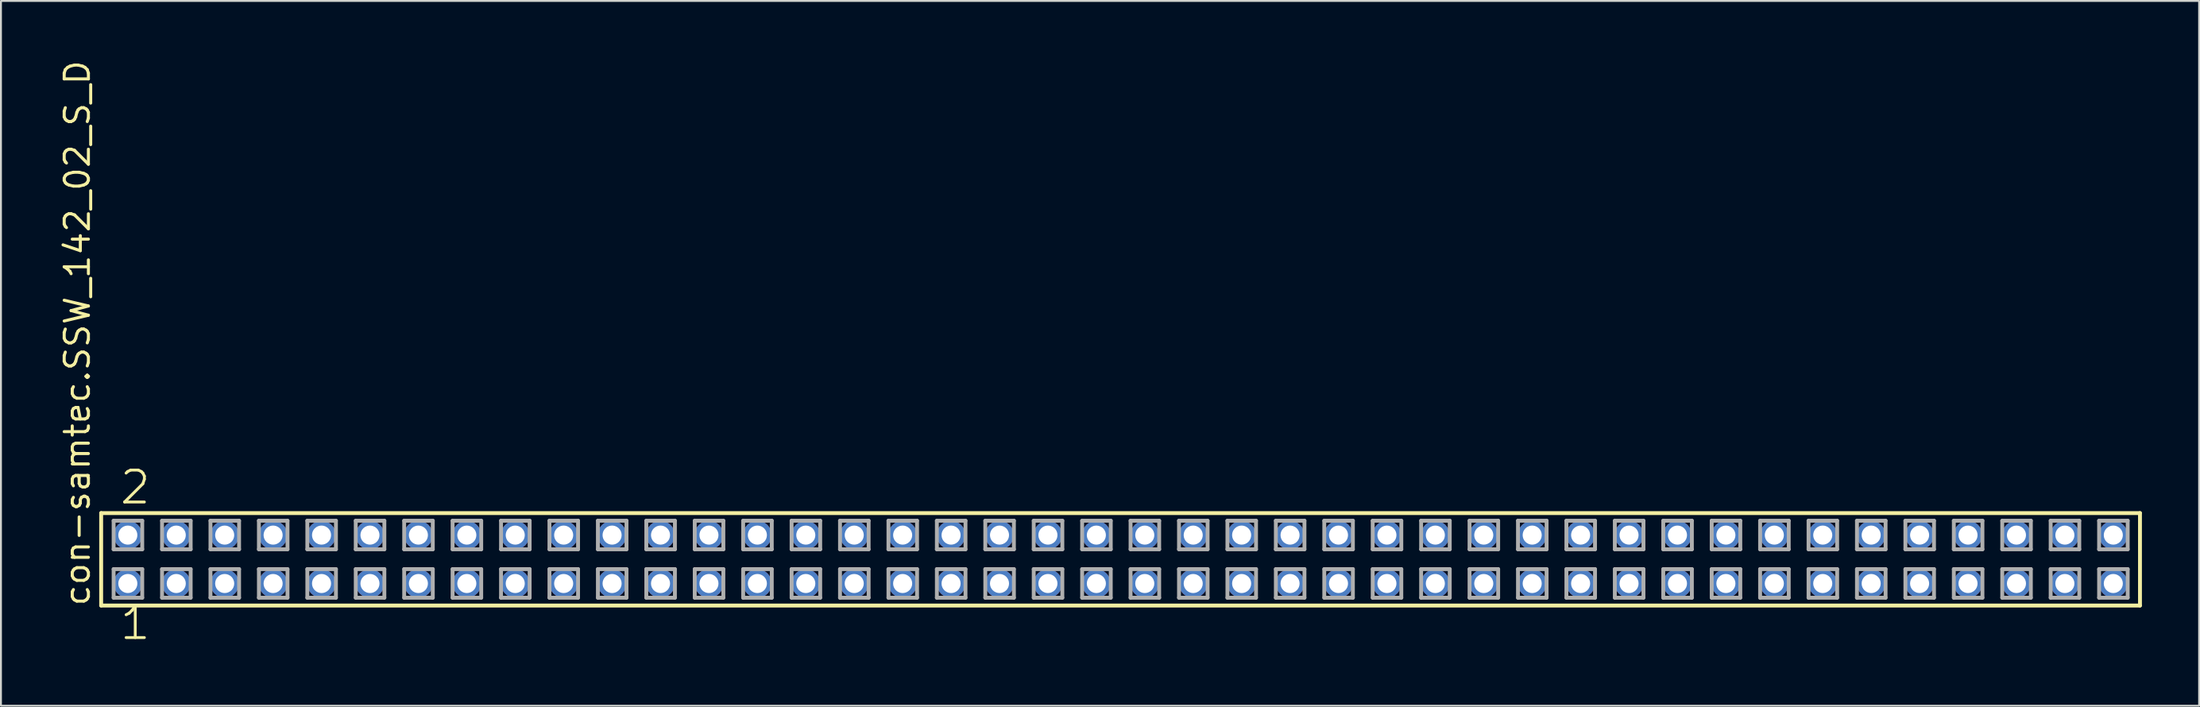
<source format=kicad_pcb>
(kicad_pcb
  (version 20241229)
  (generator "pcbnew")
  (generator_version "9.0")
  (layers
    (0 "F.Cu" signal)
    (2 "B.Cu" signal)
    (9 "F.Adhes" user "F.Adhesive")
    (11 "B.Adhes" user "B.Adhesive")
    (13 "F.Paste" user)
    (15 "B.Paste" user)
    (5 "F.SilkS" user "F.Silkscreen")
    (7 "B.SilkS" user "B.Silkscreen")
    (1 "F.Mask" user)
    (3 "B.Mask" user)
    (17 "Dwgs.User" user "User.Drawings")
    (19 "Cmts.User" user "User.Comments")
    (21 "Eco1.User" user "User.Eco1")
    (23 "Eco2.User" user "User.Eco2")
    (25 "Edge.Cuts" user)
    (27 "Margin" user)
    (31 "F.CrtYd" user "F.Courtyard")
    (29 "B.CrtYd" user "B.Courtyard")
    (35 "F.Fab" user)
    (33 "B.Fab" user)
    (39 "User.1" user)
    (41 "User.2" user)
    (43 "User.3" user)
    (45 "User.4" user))
  (footprint "con-samtec.SSW_142_02_S_D"
    (layer "F.Cu")
    (at 55.725 26.291)
    (property "Reference" "con-samtec.SSW_142_02_S_D" (at -53.975 2.54 90) (layer "F.SilkS") (effects (font (size 1.27 1.27) (thickness 0.16)) (justify left bottom)))
    (attr through_hole)
    (fp_line (start -53.469 -2.425) (end 53.469 -2.425) (stroke (width 0.203) (type default)) (layer "F.SilkS"))
    (fp_line (start -53.469 2.425) (end -53.469 -2.425) (stroke (width 0.203) (type default)) (layer "F.SilkS"))
    (fp_line (start 53.469 -2.425) (end 53.469 2.425) (stroke (width 0.203) (type default)) (layer "F.SilkS"))
    (fp_line (start 53.469 2.425) (end -53.469 2.425) (stroke (width 0.203) (type default)) (layer "F.SilkS"))
    (fp_line (start -52.815 -2.025) (end -51.315 -2.025) (stroke (width 0.203) (type default)) (layer "F.Fab"))
    (fp_line (start -52.815 -0.525) (end -52.815 -2.025) (stroke (width 0.203) (type default)) (layer "F.Fab"))
    (fp_line (start -52.815 0.515) (end -51.315 0.515) (stroke (width 0.203) (type default)) (layer "F.Fab"))
    (fp_line (start -52.815 2.015) (end -52.815 0.515) (stroke (width 0.203) (type default)) (layer "F.Fab"))
    (fp_line (start -51.315 -2.025) (end -51.315 -0.525) (stroke (width 0.203) (type default)) (layer "F.Fab"))
    (fp_line (start -51.315 -0.525) (end -52.815 -0.525) (stroke (width 0.203) (type default)) (layer "F.Fab"))
    (fp_line (start -51.315 0.515) (end -51.315 2.015) (stroke (width 0.203) (type default)) (layer "F.Fab"))
    (fp_line (start -51.315 2.015) (end -52.815 2.015) (stroke (width 0.203) (type default)) (layer "F.Fab"))
    (fp_line (start -50.275 -2.025) (end -48.775 -2.025) (stroke (width 0.203) (type default)) (layer "F.Fab"))
    (fp_line (start -50.275 -0.525) (end -50.275 -2.025) (stroke (width 0.203) (type default)) (layer "F.Fab"))
    (fp_line (start -50.275 0.515) (end -48.775 0.515) (stroke (width 0.203) (type default)) (layer "F.Fab"))
    (fp_line (start -50.275 2.015) (end -50.275 0.515) (stroke (width 0.203) (type default)) (layer "F.Fab"))
    (fp_line (start -48.775 -2.025) (end -48.775 -0.525) (stroke (width 0.203) (type default)) (layer "F.Fab"))
    (fp_line (start -48.775 -0.525) (end -50.275 -0.525) (stroke (width 0.203) (type default)) (layer "F.Fab"))
    (fp_line (start -48.775 0.515) (end -48.775 2.015) (stroke (width 0.203) (type default)) (layer "F.Fab"))
    (fp_line (start -48.775 2.015) (end -50.275 2.015) (stroke (width 0.203) (type default)) (layer "F.Fab"))
    (fp_line (start -47.735 -2.025) (end -46.235 -2.025) (stroke (width 0.203) (type default)) (layer "F.Fab"))
    (fp_line (start -47.735 -0.525) (end -47.735 -2.025) (stroke (width 0.203) (type default)) (layer "F.Fab"))
    (fp_line (start -47.735 0.515) (end -46.235 0.515) (stroke (width 0.203) (type default)) (layer "F.Fab"))
    (fp_line (start -47.735 2.015) (end -47.735 0.515) (stroke (width 0.203) (type default)) (layer "F.Fab"))
    (fp_line (start -46.235 -2.025) (end -46.235 -0.525) (stroke (width 0.203) (type default)) (layer "F.Fab"))
    (fp_line (start -46.235 -0.525) (end -47.735 -0.525) (stroke (width 0.203) (type default)) (layer "F.Fab"))
    (fp_line (start -46.235 0.515) (end -46.235 2.015) (stroke (width 0.203) (type default)) (layer "F.Fab"))
    (fp_line (start -46.235 2.015) (end -47.735 2.015) (stroke (width 0.203) (type default)) (layer "F.Fab"))
    (fp_line (start -45.195 -2.025) (end -43.695 -2.025) (stroke (width 0.203) (type default)) (layer "F.Fab"))
    (fp_line (start -45.195 -0.525) (end -45.195 -2.025) (stroke (width 0.203) (type default)) (layer "F.Fab"))
    (fp_line (start -45.195 0.515) (end -43.695 0.515) (stroke (width 0.203) (type default)) (layer "F.Fab"))
    (fp_line (start -45.195 2.015) (end -45.195 0.515) (stroke (width 0.203) (type default)) (layer "F.Fab"))
    (fp_line (start -43.695 -2.025) (end -43.695 -0.525) (stroke (width 0.203) (type default)) (layer "F.Fab"))
    (fp_line (start -43.695 -0.525) (end -45.195 -0.525) (stroke (width 0.203) (type default)) (layer "F.Fab"))
    (fp_line (start -43.695 0.515) (end -43.695 2.015) (stroke (width 0.203) (type default)) (layer "F.Fab"))
    (fp_line (start -43.695 2.015) (end -45.195 2.015) (stroke (width 0.203) (type default)) (layer "F.Fab"))
    (fp_line (start -42.655 -2.025) (end -41.155 -2.025) (stroke (width 0.203) (type default)) (layer "F.Fab"))
    (fp_line (start -42.655 -0.525) (end -42.655 -2.025) (stroke (width 0.203) (type default)) (layer "F.Fab"))
    (fp_line (start -42.655 0.515) (end -41.155 0.515) (stroke (width 0.203) (type default)) (layer "F.Fab"))
    (fp_line (start -42.655 2.015) (end -42.655 0.515) (stroke (width 0.203) (type default)) (layer "F.Fab"))
    (fp_line (start -41.155 -2.025) (end -41.155 -0.525) (stroke (width 0.203) (type default)) (layer "F.Fab"))
    (fp_line (start -41.155 -0.525) (end -42.655 -0.525) (stroke (width 0.203) (type default)) (layer "F.Fab"))
    (fp_line (start -41.155 0.515) (end -41.155 2.015) (stroke (width 0.203) (type default)) (layer "F.Fab"))
    (fp_line (start -41.155 2.015) (end -42.655 2.015) (stroke (width 0.203) (type default)) (layer "F.Fab"))
    (fp_line (start -40.115 -2.025) (end -38.615 -2.025) (stroke (width 0.203) (type default)) (layer "F.Fab"))
    (fp_line (start -40.115 -0.525) (end -40.115 -2.025) (stroke (width 0.203) (type default)) (layer "F.Fab"))
    (fp_line (start -40.115 0.515) (end -38.615 0.515) (stroke (width 0.203) (type default)) (layer "F.Fab"))
    (fp_line (start -40.115 2.015) (end -40.115 0.515) (stroke (width 0.203) (type default)) (layer "F.Fab"))
    (fp_line (start -38.615 -2.025) (end -38.615 -0.525) (stroke (width 0.203) (type default)) (layer "F.Fab"))
    (fp_line (start -38.615 -0.525) (end -40.115 -0.525) (stroke (width 0.203) (type default)) (layer "F.Fab"))
    (fp_line (start -38.615 0.515) (end -38.615 2.015) (stroke (width 0.203) (type default)) (layer "F.Fab"))
    (fp_line (start -38.615 2.015) (end -40.115 2.015) (stroke (width 0.203) (type default)) (layer "F.Fab"))
    (fp_line (start -37.575 -2.025) (end -36.075 -2.025) (stroke (width 0.203) (type default)) (layer "F.Fab"))
    (fp_line (start -37.575 -0.525) (end -37.575 -2.025) (stroke (width 0.203) (type default)) (layer "F.Fab"))
    (fp_line (start -37.575 0.515) (end -36.075 0.515) (stroke (width 0.203) (type default)) (layer "F.Fab"))
    (fp_line (start -37.575 2.015) (end -37.575 0.515) (stroke (width 0.203) (type default)) (layer "F.Fab"))
    (fp_line (start -36.075 -2.025) (end -36.075 -0.525) (stroke (width 0.203) (type default)) (layer "F.Fab"))
    (fp_line (start -36.075 -0.525) (end -37.575 -0.525) (stroke (width 0.203) (type default)) (layer "F.Fab"))
    (fp_line (start -36.075 0.515) (end -36.075 2.015) (stroke (width 0.203) (type default)) (layer "F.Fab"))
    (fp_line (start -36.075 2.015) (end -37.575 2.015) (stroke (width 0.203) (type default)) (layer "F.Fab"))
    (fp_line (start -35.035 -2.025) (end -33.535 -2.025) (stroke (width 0.203) (type default)) (layer "F.Fab"))
    (fp_line (start -35.035 -0.525) (end -35.035 -2.025) (stroke (width 0.203) (type default)) (layer "F.Fab"))
    (fp_line (start -35.035 0.515) (end -33.535 0.515) (stroke (width 0.203) (type default)) (layer "F.Fab"))
    (fp_line (start -35.035 2.015) (end -35.035 0.515) (stroke (width 0.203) (type default)) (layer "F.Fab"))
    (fp_line (start -33.535 -2.025) (end -33.535 -0.525) (stroke (width 0.203) (type default)) (layer "F.Fab"))
    (fp_line (start -33.535 -0.525) (end -35.035 -0.525) (stroke (width 0.203) (type default)) (layer "F.Fab"))
    (fp_line (start -33.535 0.515) (end -33.535 2.015) (stroke (width 0.203) (type default)) (layer "F.Fab"))
    (fp_line (start -33.535 2.015) (end -35.035 2.015) (stroke (width 0.203) (type default)) (layer "F.Fab"))
    (fp_line (start -32.495 -2.025) (end -30.995 -2.025) (stroke (width 0.203) (type default)) (layer "F.Fab"))
    (fp_line (start -32.495 -0.525) (end -32.495 -2.025) (stroke (width 0.203) (type default)) (layer "F.Fab"))
    (fp_line (start -32.495 0.515) (end -30.995 0.515) (stroke (width 0.203) (type default)) (layer "F.Fab"))
    (fp_line (start -32.495 2.015) (end -32.495 0.515) (stroke (width 0.203) (type default)) (layer "F.Fab"))
    (fp_line (start -30.995 -2.025) (end -30.995 -0.525) (stroke (width 0.203) (type default)) (layer "F.Fab"))
    (fp_line (start -30.995 -0.525) (end -32.495 -0.525) (stroke (width 0.203) (type default)) (layer "F.Fab"))
    (fp_line (start -30.995 0.515) (end -30.995 2.015) (stroke (width 0.203) (type default)) (layer "F.Fab"))
    (fp_line (start -30.995 2.015) (end -32.495 2.015) (stroke (width 0.203) (type default)) (layer "F.Fab"))
    (fp_line (start -29.955 -2.025) (end -28.455 -2.025) (stroke (width 0.203) (type default)) (layer "F.Fab"))
    (fp_line (start -29.955 -0.525) (end -29.955 -2.025) (stroke (width 0.203) (type default)) (layer "F.Fab"))
    (fp_line (start -29.955 0.515) (end -28.455 0.515) (stroke (width 0.203) (type default)) (layer "F.Fab"))
    (fp_line (start -29.955 2.015) (end -29.955 0.515) (stroke (width 0.203) (type default)) (layer "F.Fab"))
    (fp_line (start -28.455 -2.025) (end -28.455 -0.525) (stroke (width 0.203) (type default)) (layer "F.Fab"))
    (fp_line (start -28.455 -0.525) (end -29.955 -0.525) (stroke (width 0.203) (type default)) (layer "F.Fab"))
    (fp_line (start -28.455 0.515) (end -28.455 2.015) (stroke (width 0.203) (type default)) (layer "F.Fab"))
    (fp_line (start -28.455 2.015) (end -29.955 2.015) (stroke (width 0.203) (type default)) (layer "F.Fab"))
    (fp_line (start -27.415 -2.025) (end -25.915 -2.025) (stroke (width 0.203) (type default)) (layer "F.Fab"))
    (fp_line (start -27.415 -0.525) (end -27.415 -2.025) (stroke (width 0.203) (type default)) (layer "F.Fab"))
    (fp_line (start -27.415 0.515) (end -25.915 0.515) (stroke (width 0.203) (type default)) (layer "F.Fab"))
    (fp_line (start -27.415 2.015) (end -27.415 0.515) (stroke (width 0.203) (type default)) (layer "F.Fab"))
    (fp_line (start -25.915 -2.025) (end -25.915 -0.525) (stroke (width 0.203) (type default)) (layer "F.Fab"))
    (fp_line (start -25.915 -0.525) (end -27.415 -0.525) (stroke (width 0.203) (type default)) (layer "F.Fab"))
    (fp_line (start -25.915 0.515) (end -25.915 2.015) (stroke (width 0.203) (type default)) (layer "F.Fab"))
    (fp_line (start -25.915 2.015) (end -27.415 2.015) (stroke (width 0.203) (type default)) (layer "F.Fab"))
    (fp_line (start -24.875 -2.025) (end -23.375 -2.025) (stroke (width 0.203) (type default)) (layer "F.Fab"))
    (fp_line (start -24.875 -0.525) (end -24.875 -2.025) (stroke (width 0.203) (type default)) (layer "F.Fab"))
    (fp_line (start -24.875 0.515) (end -23.375 0.515) (stroke (width 0.203) (type default)) (layer "F.Fab"))
    (fp_line (start -24.875 2.015) (end -24.875 0.515) (stroke (width 0.203) (type default)) (layer "F.Fab"))
    (fp_line (start -23.375 -2.025) (end -23.375 -0.525) (stroke (width 0.203) (type default)) (layer "F.Fab"))
    (fp_line (start -23.375 -0.525) (end -24.875 -0.525) (stroke (width 0.203) (type default)) (layer "F.Fab"))
    (fp_line (start -23.375 0.515) (end -23.375 2.015) (stroke (width 0.203) (type default)) (layer "F.Fab"))
    (fp_line (start -23.375 2.015) (end -24.875 2.015) (stroke (width 0.203) (type default)) (layer "F.Fab"))
    (fp_line (start -22.335 -2.025) (end -20.835 -2.025) (stroke (width 0.203) (type default)) (layer "F.Fab"))
    (fp_line (start -22.335 -0.525) (end -22.335 -2.025) (stroke (width 0.203) (type default)) (layer "F.Fab"))
    (fp_line (start -22.335 0.515) (end -20.835 0.515) (stroke (width 0.203) (type default)) (layer "F.Fab"))
    (fp_line (start -22.335 2.015) (end -22.335 0.515) (stroke (width 0.203) (type default)) (layer "F.Fab"))
    (fp_line (start -20.835 -2.025) (end -20.835 -0.525) (stroke (width 0.203) (type default)) (layer "F.Fab"))
    (fp_line (start -20.835 -0.525) (end -22.335 -0.525) (stroke (width 0.203) (type default)) (layer "F.Fab"))
    (fp_line (start -20.835 0.515) (end -20.835 2.015) (stroke (width 0.203) (type default)) (layer "F.Fab"))
    (fp_line (start -20.835 2.015) (end -22.335 2.015) (stroke (width 0.203) (type default)) (layer "F.Fab"))
    (fp_line (start -19.795 -2.025) (end -18.295 -2.025) (stroke (width 0.203) (type default)) (layer "F.Fab"))
    (fp_line (start -19.795 -0.525) (end -19.795 -2.025) (stroke (width 0.203) (type default)) (layer "F.Fab"))
    (fp_line (start -19.795 0.515) (end -18.295 0.515) (stroke (width 0.203) (type default)) (layer "F.Fab"))
    (fp_line (start -19.795 2.015) (end -19.795 0.515) (stroke (width 0.203) (type default)) (layer "F.Fab"))
    (fp_line (start -18.295 -2.025) (end -18.295 -0.525) (stroke (width 0.203) (type default)) (layer "F.Fab"))
    (fp_line (start -18.295 -0.525) (end -19.795 -0.525) (stroke (width 0.203) (type default)) (layer "F.Fab"))
    (fp_line (start -18.295 0.515) (end -18.295 2.015) (stroke (width 0.203) (type default)) (layer "F.Fab"))
    (fp_line (start -18.295 2.015) (end -19.795 2.015) (stroke (width 0.203) (type default)) (layer "F.Fab"))
    (fp_line (start -17.255 -2.025) (end -15.755 -2.025) (stroke (width 0.203) (type default)) (layer "F.Fab"))
    (fp_line (start -17.255 -0.525) (end -17.255 -2.025) (stroke (width 0.203) (type default)) (layer "F.Fab"))
    (fp_line (start -17.255 0.515) (end -15.755 0.515) (stroke (width 0.203) (type default)) (layer "F.Fab"))
    (fp_line (start -17.255 2.015) (end -17.255 0.515) (stroke (width 0.203) (type default)) (layer "F.Fab"))
    (fp_line (start -15.755 -2.025) (end -15.755 -0.525) (stroke (width 0.203) (type default)) (layer "F.Fab"))
    (fp_line (start -15.755 -0.525) (end -17.255 -0.525) (stroke (width 0.203) (type default)) (layer "F.Fab"))
    (fp_line (start -15.755 0.515) (end -15.755 2.015) (stroke (width 0.203) (type default)) (layer "F.Fab"))
    (fp_line (start -15.755 2.015) (end -17.255 2.015) (stroke (width 0.203) (type default)) (layer "F.Fab"))
    (fp_line (start -14.715 -2.025) (end -13.215 -2.025) (stroke (width 0.203) (type default)) (layer "F.Fab"))
    (fp_line (start -14.715 -0.525) (end -14.715 -2.025) (stroke (width 0.203) (type default)) (layer "F.Fab"))
    (fp_line (start -14.715 0.515) (end -13.215 0.515) (stroke (width 0.203) (type default)) (layer "F.Fab"))
    (fp_line (start -14.715 2.015) (end -14.715 0.515) (stroke (width 0.203) (type default)) (layer "F.Fab"))
    (fp_line (start -13.215 -2.025) (end -13.215 -0.525) (stroke (width 0.203) (type default)) (layer "F.Fab"))
    (fp_line (start -13.215 -0.525) (end -14.715 -0.525) (stroke (width 0.203) (type default)) (layer "F.Fab"))
    (fp_line (start -13.215 0.515) (end -13.215 2.015) (stroke (width 0.203) (type default)) (layer "F.Fab"))
    (fp_line (start -13.215 2.015) (end -14.715 2.015) (stroke (width 0.203) (type default)) (layer "F.Fab"))
    (fp_line (start -12.175 -2.025) (end -10.675 -2.025) (stroke (width 0.203) (type default)) (layer "F.Fab"))
    (fp_line (start -12.175 -0.525) (end -12.175 -2.025) (stroke (width 0.203) (type default)) (layer "F.Fab"))
    (fp_line (start -12.175 0.515) (end -10.675 0.515) (stroke (width 0.203) (type default)) (layer "F.Fab"))
    (fp_line (start -12.175 2.015) (end -12.175 0.515) (stroke (width 0.203) (type default)) (layer "F.Fab"))
    (fp_line (start -10.675 -2.025) (end -10.675 -0.525) (stroke (width 0.203) (type default)) (layer "F.Fab"))
    (fp_line (start -10.675 -0.525) (end -12.175 -0.525) (stroke (width 0.203) (type default)) (layer "F.Fab"))
    (fp_line (start -10.675 0.515) (end -10.675 2.015) (stroke (width 0.203) (type default)) (layer "F.Fab"))
    (fp_line (start -10.675 2.015) (end -12.175 2.015) (stroke (width 0.203) (type default)) (layer "F.Fab"))
    (fp_line (start -9.635 -2.025) (end -8.135 -2.025) (stroke (width 0.203) (type default)) (layer "F.Fab"))
    (fp_line (start -9.635 -0.525) (end -9.635 -2.025) (stroke (width 0.203) (type default)) (layer "F.Fab"))
    (fp_line (start -9.635 0.515) (end -8.135 0.515) (stroke (width 0.203) (type default)) (layer "F.Fab"))
    (fp_line (start -9.635 2.015) (end -9.635 0.515) (stroke (width 0.203) (type default)) (layer "F.Fab"))
    (fp_line (start -8.135 -2.025) (end -8.135 -0.525) (stroke (width 0.203) (type default)) (layer "F.Fab"))
    (fp_line (start -8.135 -0.525) (end -9.635 -0.525) (stroke (width 0.203) (type default)) (layer "F.Fab"))
    (fp_line (start -8.135 0.515) (end -8.135 2.015) (stroke (width 0.203) (type default)) (layer "F.Fab"))
    (fp_line (start -8.135 2.015) (end -9.635 2.015) (stroke (width 0.203) (type default)) (layer "F.Fab"))
    (fp_line (start -7.095 -2.025) (end -5.595 -2.025) (stroke (width 0.203) (type default)) (layer "F.Fab"))
    (fp_line (start -7.095 -0.525) (end -7.095 -2.025) (stroke (width 0.203) (type default)) (layer "F.Fab"))
    (fp_line (start -7.095 0.515) (end -5.595 0.515) (stroke (width 0.203) (type default)) (layer "F.Fab"))
    (fp_line (start -7.095 2.015) (end -7.095 0.515) (stroke (width 0.203) (type default)) (layer "F.Fab"))
    (fp_line (start -5.595 -2.025) (end -5.595 -0.525) (stroke (width 0.203) (type default)) (layer "F.Fab"))
    (fp_line (start -5.595 -0.525) (end -7.095 -0.525) (stroke (width 0.203) (type default)) (layer "F.Fab"))
    (fp_line (start -5.595 0.515) (end -5.595 2.015) (stroke (width 0.203) (type default)) (layer "F.Fab"))
    (fp_line (start -5.595 2.015) (end -7.095 2.015) (stroke (width 0.203) (type default)) (layer "F.Fab"))
    (fp_line (start -4.555 -2.025) (end -3.055 -2.025) (stroke (width 0.203) (type default)) (layer "F.Fab"))
    (fp_line (start -4.555 -0.525) (end -4.555 -2.025) (stroke (width 0.203) (type default)) (layer "F.Fab"))
    (fp_line (start -4.555 0.515) (end -3.055 0.515) (stroke (width 0.203) (type default)) (layer "F.Fab"))
    (fp_line (start -4.555 2.015) (end -4.555 0.515) (stroke (width 0.203) (type default)) (layer "F.Fab"))
    (fp_line (start -3.055 -2.025) (end -3.055 -0.525) (stroke (width 0.203) (type default)) (layer "F.Fab"))
    (fp_line (start -3.055 -0.525) (end -4.555 -0.525) (stroke (width 0.203) (type default)) (layer "F.Fab"))
    (fp_line (start -3.055 0.515) (end -3.055 2.015) (stroke (width 0.203) (type default)) (layer "F.Fab"))
    (fp_line (start -3.055 2.015) (end -4.555 2.015) (stroke (width 0.203) (type default)) (layer "F.Fab"))
    (fp_line (start -2.015 -2.025) (end -0.515 -2.025) (stroke (width 0.203) (type default)) (layer "F.Fab"))
    (fp_line (start -2.015 -0.525) (end -2.015 -2.025) (stroke (width 0.203) (type default)) (layer "F.Fab"))
    (fp_line (start -2.015 0.515) (end -0.515 0.515) (stroke (width 0.203) (type default)) (layer "F.Fab"))
    (fp_line (start -2.015 2.015) (end -2.015 0.515) (stroke (width 0.203) (type default)) (layer "F.Fab"))
    (fp_line (start -0.515 -2.025) (end -0.515 -0.525) (stroke (width 0.203) (type default)) (layer "F.Fab"))
    (fp_line (start -0.515 -0.525) (end -2.015 -0.525) (stroke (width 0.203) (type default)) (layer "F.Fab"))
    (fp_line (start -0.515 0.515) (end -0.515 2.015) (stroke (width 0.203) (type default)) (layer "F.Fab"))
    (fp_line (start -0.515 2.015) (end -2.015 2.015) (stroke (width 0.203) (type default)) (layer "F.Fab"))
    (fp_line (start 0.525 -2.025) (end 2.025 -2.025) (stroke (width 0.203) (type default)) (layer "F.Fab"))
    (fp_line (start 0.525 -0.525) (end 0.525 -2.025) (stroke (width 0.203) (type default)) (layer "F.Fab"))
    (fp_line (start 0.525 0.515) (end 2.025 0.515) (stroke (width 0.203) (type default)) (layer "F.Fab"))
    (fp_line (start 0.525 2.015) (end 0.525 0.515) (stroke (width 0.203) (type default)) (layer "F.Fab"))
    (fp_line (start 2.025 -2.025) (end 2.025 -0.525) (stroke (width 0.203) (type default)) (layer "F.Fab"))
    (fp_line (start 2.025 -0.525) (end 0.525 -0.525) (stroke (width 0.203) (type default)) (layer "F.Fab"))
    (fp_line (start 2.025 0.515) (end 2.025 2.015) (stroke (width 0.203) (type default)) (layer "F.Fab"))
    (fp_line (start 2.025 2.015) (end 0.525 2.015) (stroke (width 0.203) (type default)) (layer "F.Fab"))
    (fp_line (start 3.065 -2.025) (end 4.565 -2.025) (stroke (width 0.203) (type default)) (layer "F.Fab"))
    (fp_line (start 3.065 -0.525) (end 3.065 -2.025) (stroke (width 0.203) (type default)) (layer "F.Fab"))
    (fp_line (start 3.065 0.515) (end 4.565 0.515) (stroke (width 0.203) (type default)) (layer "F.Fab"))
    (fp_line (start 3.065 2.015) (end 3.065 0.515) (stroke (width 0.203) (type default)) (layer "F.Fab"))
    (fp_line (start 4.565 -2.025) (end 4.565 -0.525) (stroke (width 0.203) (type default)) (layer "F.Fab"))
    (fp_line (start 4.565 -0.525) (end 3.065 -0.525) (stroke (width 0.203) (type default)) (layer "F.Fab"))
    (fp_line (start 4.565 0.515) (end 4.565 2.015) (stroke (width 0.203) (type default)) (layer "F.Fab"))
    (fp_line (start 4.565 2.015) (end 3.065 2.015) (stroke (width 0.203) (type default)) (layer "F.Fab"))
    (fp_line (start 5.605 -2.025) (end 7.105 -2.025) (stroke (width 0.203) (type default)) (layer "F.Fab"))
    (fp_line (start 5.605 -0.525) (end 5.605 -2.025) (stroke (width 0.203) (type default)) (layer "F.Fab"))
    (fp_line (start 5.605 0.515) (end 7.105 0.515) (stroke (width 0.203) (type default)) (layer "F.Fab"))
    (fp_line (start 5.605 2.015) (end 5.605 0.515) (stroke (width 0.203) (type default)) (layer "F.Fab"))
    (fp_line (start 7.105 -2.025) (end 7.105 -0.525) (stroke (width 0.203) (type default)) (layer "F.Fab"))
    (fp_line (start 7.105 -0.525) (end 5.605 -0.525) (stroke (width 0.203) (type default)) (layer "F.Fab"))
    (fp_line (start 7.105 0.515) (end 7.105 2.015) (stroke (width 0.203) (type default)) (layer "F.Fab"))
    (fp_line (start 7.105 2.015) (end 5.605 2.015) (stroke (width 0.203) (type default)) (layer "F.Fab"))
    (fp_line (start 8.145 -2.025) (end 9.645 -2.025) (stroke (width 0.203) (type default)) (layer "F.Fab"))
    (fp_line (start 8.145 -0.525) (end 8.145 -2.025) (stroke (width 0.203) (type default)) (layer "F.Fab"))
    (fp_line (start 8.145 0.515) (end 9.645 0.515) (stroke (width 0.203) (type default)) (layer "F.Fab"))
    (fp_line (start 8.145 2.015) (end 8.145 0.515) (stroke (width 0.203) (type default)) (layer "F.Fab"))
    (fp_line (start 9.645 -2.025) (end 9.645 -0.525) (stroke (width 0.203) (type default)) (layer "F.Fab"))
    (fp_line (start 9.645 -0.525) (end 8.145 -0.525) (stroke (width 0.203) (type default)) (layer "F.Fab"))
    (fp_line (start 9.645 0.515) (end 9.645 2.015) (stroke (width 0.203) (type default)) (layer "F.Fab"))
    (fp_line (start 9.645 2.015) (end 8.145 2.015) (stroke (width 0.203) (type default)) (layer "F.Fab"))
    (fp_line (start 10.685 -2.025) (end 12.185 -2.025) (stroke (width 0.203) (type default)) (layer "F.Fab"))
    (fp_line (start 10.685 -0.525) (end 10.685 -2.025) (stroke (width 0.203) (type default)) (layer "F.Fab"))
    (fp_line (start 10.685 0.515) (end 12.185 0.515) (stroke (width 0.203) (type default)) (layer "F.Fab"))
    (fp_line (start 10.685 2.015) (end 10.685 0.515) (stroke (width 0.203) (type default)) (layer "F.Fab"))
    (fp_line (start 12.185 -2.025) (end 12.185 -0.525) (stroke (width 0.203) (type default)) (layer "F.Fab"))
    (fp_line (start 12.185 -0.525) (end 10.685 -0.525) (stroke (width 0.203) (type default)) (layer "F.Fab"))
    (fp_line (start 12.185 0.515) (end 12.185 2.015) (stroke (width 0.203) (type default)) (layer "F.Fab"))
    (fp_line (start 12.185 2.015) (end 10.685 2.015) (stroke (width 0.203) (type default)) (layer "F.Fab"))
    (fp_line (start 13.225 -2.025) (end 14.725 -2.025) (stroke (width 0.203) (type default)) (layer "F.Fab"))
    (fp_line (start 13.225 -0.525) (end 13.225 -2.025) (stroke (width 0.203) (type default)) (layer "F.Fab"))
    (fp_line (start 13.225 0.515) (end 14.725 0.515) (stroke (width 0.203) (type default)) (layer "F.Fab"))
    (fp_line (start 13.225 2.015) (end 13.225 0.515) (stroke (width 0.203) (type default)) (layer "F.Fab"))
    (fp_line (start 14.725 -2.025) (end 14.725 -0.525) (stroke (width 0.203) (type default)) (layer "F.Fab"))
    (fp_line (start 14.725 -0.525) (end 13.225 -0.525) (stroke (width 0.203) (type default)) (layer "F.Fab"))
    (fp_line (start 14.725 0.515) (end 14.725 2.015) (stroke (width 0.203) (type default)) (layer "F.Fab"))
    (fp_line (start 14.725 2.015) (end 13.225 2.015) (stroke (width 0.203) (type default)) (layer "F.Fab"))
    (fp_line (start 15.765 -2.025) (end 17.265 -2.025) (stroke (width 0.203) (type default)) (layer "F.Fab"))
    (fp_line (start 15.765 -0.525) (end 15.765 -2.025) (stroke (width 0.203) (type default)) (layer "F.Fab"))
    (fp_line (start 15.765 0.515) (end 17.265 0.515) (stroke (width 0.203) (type default)) (layer "F.Fab"))
    (fp_line (start 15.765 2.015) (end 15.765 0.515) (stroke (width 0.203) (type default)) (layer "F.Fab"))
    (fp_line (start 17.265 -2.025) (end 17.265 -0.525) (stroke (width 0.203) (type default)) (layer "F.Fab"))
    (fp_line (start 17.265 -0.525) (end 15.765 -0.525) (stroke (width 0.203) (type default)) (layer "F.Fab"))
    (fp_line (start 17.265 0.515) (end 17.265 2.015) (stroke (width 0.203) (type default)) (layer "F.Fab"))
    (fp_line (start 17.265 2.015) (end 15.765 2.015) (stroke (width 0.203) (type default)) (layer "F.Fab"))
    (fp_line (start 18.305 -2.025) (end 19.805 -2.025) (stroke (width 0.203) (type default)) (layer "F.Fab"))
    (fp_line (start 18.305 -0.525) (end 18.305 -2.025) (stroke (width 0.203) (type default)) (layer "F.Fab"))
    (fp_line (start 18.305 0.515) (end 19.805 0.515) (stroke (width 0.203) (type default)) (layer "F.Fab"))
    (fp_line (start 18.305 2.015) (end 18.305 0.515) (stroke (width 0.203) (type default)) (layer "F.Fab"))
    (fp_line (start 19.805 -2.025) (end 19.805 -0.525) (stroke (width 0.203) (type default)) (layer "F.Fab"))
    (fp_line (start 19.805 -0.525) (end 18.305 -0.525) (stroke (width 0.203) (type default)) (layer "F.Fab"))
    (fp_line (start 19.805 0.515) (end 19.805 2.015) (stroke (width 0.203) (type default)) (layer "F.Fab"))
    (fp_line (start 19.805 2.015) (end 18.305 2.015) (stroke (width 0.203) (type default)) (layer "F.Fab"))
    (fp_line (start 20.845 -2.025) (end 22.345 -2.025) (stroke (width 0.203) (type default)) (layer "F.Fab"))
    (fp_line (start 20.845 -0.525) (end 20.845 -2.025) (stroke (width 0.203) (type default)) (layer "F.Fab"))
    (fp_line (start 20.845 0.515) (end 22.345 0.515) (stroke (width 0.203) (type default)) (layer "F.Fab"))
    (fp_line (start 20.845 2.015) (end 20.845 0.515) (stroke (width 0.203) (type default)) (layer "F.Fab"))
    (fp_line (start 22.345 -2.025) (end 22.345 -0.525) (stroke (width 0.203) (type default)) (layer "F.Fab"))
    (fp_line (start 22.345 -0.525) (end 20.845 -0.525) (stroke (width 0.203) (type default)) (layer "F.Fab"))
    (fp_line (start 22.345 0.515) (end 22.345 2.015) (stroke (width 0.203) (type default)) (layer "F.Fab"))
    (fp_line (start 22.345 2.015) (end 20.845 2.015) (stroke (width 0.203) (type default)) (layer "F.Fab"))
    (fp_line (start 23.385 -2.025) (end 24.885 -2.025) (stroke (width 0.203) (type default)) (layer "F.Fab"))
    (fp_line (start 23.385 -0.525) (end 23.385 -2.025) (stroke (width 0.203) (type default)) (layer "F.Fab"))
    (fp_line (start 23.385 0.515) (end 24.885 0.515) (stroke (width 0.203) (type default)) (layer "F.Fab"))
    (fp_line (start 23.385 2.015) (end 23.385 0.515) (stroke (width 0.203) (type default)) (layer "F.Fab"))
    (fp_line (start 24.885 -2.025) (end 24.885 -0.525) (stroke (width 0.203) (type default)) (layer "F.Fab"))
    (fp_line (start 24.885 -0.525) (end 23.385 -0.525) (stroke (width 0.203) (type default)) (layer "F.Fab"))
    (fp_line (start 24.885 0.515) (end 24.885 2.015) (stroke (width 0.203) (type default)) (layer "F.Fab"))
    (fp_line (start 24.885 2.015) (end 23.385 2.015) (stroke (width 0.203) (type default)) (layer "F.Fab"))
    (fp_line (start 25.925 -2.025) (end 27.425 -2.025) (stroke (width 0.203) (type default)) (layer "F.Fab"))
    (fp_line (start 25.925 -0.525) (end 25.925 -2.025) (stroke (width 0.203) (type default)) (layer "F.Fab"))
    (fp_line (start 25.925 0.515) (end 27.425 0.515) (stroke (width 0.203) (type default)) (layer "F.Fab"))
    (fp_line (start 25.925 2.015) (end 25.925 0.515) (stroke (width 0.203) (type default)) (layer "F.Fab"))
    (fp_line (start 27.425 -2.025) (end 27.425 -0.525) (stroke (width 0.203) (type default)) (layer "F.Fab"))
    (fp_line (start 27.425 -0.525) (end 25.925 -0.525) (stroke (width 0.203) (type default)) (layer "F.Fab"))
    (fp_line (start 27.425 0.515) (end 27.425 2.015) (stroke (width 0.203) (type default)) (layer "F.Fab"))
    (fp_line (start 27.425 2.015) (end 25.925 2.015) (stroke (width 0.203) (type default)) (layer "F.Fab"))
    (fp_line (start 28.465 -2.025) (end 29.965 -2.025) (stroke (width 0.203) (type default)) (layer "F.Fab"))
    (fp_line (start 28.465 -0.525) (end 28.465 -2.025) (stroke (width 0.203) (type default)) (layer "F.Fab"))
    (fp_line (start 28.465 0.515) (end 29.965 0.515) (stroke (width 0.203) (type default)) (layer "F.Fab"))
    (fp_line (start 28.465 2.015) (end 28.465 0.515) (stroke (width 0.203) (type default)) (layer "F.Fab"))
    (fp_line (start 29.965 -2.025) (end 29.965 -0.525) (stroke (width 0.203) (type default)) (layer "F.Fab"))
    (fp_line (start 29.965 -0.525) (end 28.465 -0.525) (stroke (width 0.203) (type default)) (layer "F.Fab"))
    (fp_line (start 29.965 0.515) (end 29.965 2.015) (stroke (width 0.203) (type default)) (layer "F.Fab"))
    (fp_line (start 29.965 2.015) (end 28.465 2.015) (stroke (width 0.203) (type default)) (layer "F.Fab"))
    (fp_line (start 31.005 -2.025) (end 32.505 -2.025) (stroke (width 0.203) (type default)) (layer "F.Fab"))
    (fp_line (start 31.005 -0.525) (end 31.005 -2.025) (stroke (width 0.203) (type default)) (layer "F.Fab"))
    (fp_line (start 31.005 0.515) (end 32.505 0.515) (stroke (width 0.203) (type default)) (layer "F.Fab"))
    (fp_line (start 31.005 2.015) (end 31.005 0.515) (stroke (width 0.203) (type default)) (layer "F.Fab"))
    (fp_line (start 32.505 -2.025) (end 32.505 -0.525) (stroke (width 0.203) (type default)) (layer "F.Fab"))
    (fp_line (start 32.505 -0.525) (end 31.005 -0.525) (stroke (width 0.203) (type default)) (layer "F.Fab"))
    (fp_line (start 32.505 0.515) (end 32.505 2.015) (stroke (width 0.203) (type default)) (layer "F.Fab"))
    (fp_line (start 32.505 2.015) (end 31.005 2.015) (stroke (width 0.203) (type default)) (layer "F.Fab"))
    (fp_line (start 33.545 -2.025) (end 35.045 -2.025) (stroke (width 0.203) (type default)) (layer "F.Fab"))
    (fp_line (start 33.545 -0.525) (end 33.545 -2.025) (stroke (width 0.203) (type default)) (layer "F.Fab"))
    (fp_line (start 33.545 0.515) (end 35.045 0.515) (stroke (width 0.203) (type default)) (layer "F.Fab"))
    (fp_line (start 33.545 2.015) (end 33.545 0.515) (stroke (width 0.203) (type default)) (layer "F.Fab"))
    (fp_line (start 35.045 -2.025) (end 35.045 -0.525) (stroke (width 0.203) (type default)) (layer "F.Fab"))
    (fp_line (start 35.045 -0.525) (end 33.545 -0.525) (stroke (width 0.203) (type default)) (layer "F.Fab"))
    (fp_line (start 35.045 0.515) (end 35.045 2.015) (stroke (width 0.203) (type default)) (layer "F.Fab"))
    (fp_line (start 35.045 2.015) (end 33.545 2.015) (stroke (width 0.203) (type default)) (layer "F.Fab"))
    (fp_line (start 36.085 -2.025) (end 37.585 -2.025) (stroke (width 0.203) (type default)) (layer "F.Fab"))
    (fp_line (start 36.085 -0.525) (end 36.085 -2.025) (stroke (width 0.203) (type default)) (layer "F.Fab"))
    (fp_line (start 36.085 0.515) (end 37.585 0.515) (stroke (width 0.203) (type default)) (layer "F.Fab"))
    (fp_line (start 36.085 2.015) (end 36.085 0.515) (stroke (width 0.203) (type default)) (layer "F.Fab"))
    (fp_line (start 37.585 -2.025) (end 37.585 -0.525) (stroke (width 0.203) (type default)) (layer "F.Fab"))
    (fp_line (start 37.585 -0.525) (end 36.085 -0.525) (stroke (width 0.203) (type default)) (layer "F.Fab"))
    (fp_line (start 37.585 0.515) (end 37.585 2.015) (stroke (width 0.203) (type default)) (layer "F.Fab"))
    (fp_line (start 37.585 2.015) (end 36.085 2.015) (stroke (width 0.203) (type default)) (layer "F.Fab"))
    (fp_line (start 38.625 -2.025) (end 40.125 -2.025) (stroke (width 0.203) (type default)) (layer "F.Fab"))
    (fp_line (start 38.625 -0.525) (end 38.625 -2.025) (stroke (width 0.203) (type default)) (layer "F.Fab"))
    (fp_line (start 38.625 0.515) (end 40.125 0.515) (stroke (width 0.203) (type default)) (layer "F.Fab"))
    (fp_line (start 38.625 2.015) (end 38.625 0.515) (stroke (width 0.203) (type default)) (layer "F.Fab"))
    (fp_line (start 40.125 -2.025) (end 40.125 -0.525) (stroke (width 0.203) (type default)) (layer "F.Fab"))
    (fp_line (start 40.125 -0.525) (end 38.625 -0.525) (stroke (width 0.203) (type default)) (layer "F.Fab"))
    (fp_line (start 40.125 0.515) (end 40.125 2.015) (stroke (width 0.203) (type default)) (layer "F.Fab"))
    (fp_line (start 40.125 2.015) (end 38.625 2.015) (stroke (width 0.203) (type default)) (layer "F.Fab"))
    (fp_line (start 41.165 -2.025) (end 42.665 -2.025) (stroke (width 0.203) (type default)) (layer "F.Fab"))
    (fp_line (start 41.165 -0.525) (end 41.165 -2.025) (stroke (width 0.203) (type default)) (layer "F.Fab"))
    (fp_line (start 41.165 0.515) (end 42.665 0.515) (stroke (width 0.203) (type default)) (layer "F.Fab"))
    (fp_line (start 41.165 2.015) (end 41.165 0.515) (stroke (width 0.203) (type default)) (layer "F.Fab"))
    (fp_line (start 42.665 -2.025) (end 42.665 -0.525) (stroke (width 0.203) (type default)) (layer "F.Fab"))
    (fp_line (start 42.665 -0.525) (end 41.165 -0.525) (stroke (width 0.203) (type default)) (layer "F.Fab"))
    (fp_line (start 42.665 0.515) (end 42.665 2.015) (stroke (width 0.203) (type default)) (layer "F.Fab"))
    (fp_line (start 42.665 2.015) (end 41.165 2.015) (stroke (width 0.203) (type default)) (layer "F.Fab"))
    (fp_line (start 43.705 -2.025) (end 45.205 -2.025) (stroke (width 0.203) (type default)) (layer "F.Fab"))
    (fp_line (start 43.705 -0.525) (end 43.705 -2.025) (stroke (width 0.203) (type default)) (layer "F.Fab"))
    (fp_line (start 43.705 0.515) (end 45.205 0.515) (stroke (width 0.203) (type default)) (layer "F.Fab"))
    (fp_line (start 43.705 2.015) (end 43.705 0.515) (stroke (width 0.203) (type default)) (layer "F.Fab"))
    (fp_line (start 45.205 -2.025) (end 45.205 -0.525) (stroke (width 0.203) (type default)) (layer "F.Fab"))
    (fp_line (start 45.205 -0.525) (end 43.705 -0.525) (stroke (width 0.203) (type default)) (layer "F.Fab"))
    (fp_line (start 45.205 0.515) (end 45.205 2.015) (stroke (width 0.203) (type default)) (layer "F.Fab"))
    (fp_line (start 45.205 2.015) (end 43.705 2.015) (stroke (width 0.203) (type default)) (layer "F.Fab"))
    (fp_line (start 46.245 -2.025) (end 47.745 -2.025) (stroke (width 0.203) (type default)) (layer "F.Fab"))
    (fp_line (start 46.245 -0.525) (end 46.245 -2.025) (stroke (width 0.203) (type default)) (layer "F.Fab"))
    (fp_line (start 46.245 0.515) (end 47.745 0.515) (stroke (width 0.203) (type default)) (layer "F.Fab"))
    (fp_line (start 46.245 2.015) (end 46.245 0.515) (stroke (width 0.203) (type default)) (layer "F.Fab"))
    (fp_line (start 47.745 -2.025) (end 47.745 -0.525) (stroke (width 0.203) (type default)) (layer "F.Fab"))
    (fp_line (start 47.745 -0.525) (end 46.245 -0.525) (stroke (width 0.203) (type default)) (layer "F.Fab"))
    (fp_line (start 47.745 0.515) (end 47.745 2.015) (stroke (width 0.203) (type default)) (layer "F.Fab"))
    (fp_line (start 47.745 2.015) (end 46.245 2.015) (stroke (width 0.203) (type default)) (layer "F.Fab"))
    (fp_line (start 48.785 -2.025) (end 50.285 -2.025) (stroke (width 0.203) (type default)) (layer "F.Fab"))
    (fp_line (start 48.785 -0.525) (end 48.785 -2.025) (stroke (width 0.203) (type default)) (layer "F.Fab"))
    (fp_line (start 48.785 0.515) (end 50.285 0.515) (stroke (width 0.203) (type default)) (layer "F.Fab"))
    (fp_line (start 48.785 2.015) (end 48.785 0.515) (stroke (width 0.203) (type default)) (layer "F.Fab"))
    (fp_line (start 50.285 -2.025) (end 50.285 -0.525) (stroke (width 0.203) (type default)) (layer "F.Fab"))
    (fp_line (start 50.285 -0.525) (end 48.785 -0.525) (stroke (width 0.203) (type default)) (layer "F.Fab"))
    (fp_line (start 50.285 0.515) (end 50.285 2.015) (stroke (width 0.203) (type default)) (layer "F.Fab"))
    (fp_line (start 50.285 2.015) (end 48.785 2.015) (stroke (width 0.203) (type default)) (layer "F.Fab"))
    (fp_line (start 51.325 -2.025) (end 52.825 -2.025) (stroke (width 0.203) (type default)) (layer "F.Fab"))
    (fp_line (start 51.325 -0.525) (end 51.325 -2.025) (stroke (width 0.203) (type default)) (layer "F.Fab"))
    (fp_line (start 51.325 0.515) (end 52.825 0.515) (stroke (width 0.203) (type default)) (layer "F.Fab"))
    (fp_line (start 51.325 2.015) (end 51.325 0.515) (stroke (width 0.203) (type default)) (layer "F.Fab"))
    (fp_line (start 52.825 -2.025) (end 52.825 -0.525) (stroke (width 0.203) (type default)) (layer "F.Fab"))
    (fp_line (start 52.825 -0.525) (end 51.325 -0.525) (stroke (width 0.203) (type default)) (layer "F.Fab"))
    (fp_line (start 52.825 0.515) (end 52.825 2.015) (stroke (width 0.203) (type default)) (layer "F.Fab"))
    (fp_line (start 52.825 2.015) (end 51.325 2.015) (stroke (width 0.203) (type default)) (layer "F.Fab"))
    (fp_text user "1" (at -52.578 4.318 0) (layer "F.SilkS") (effects (font (size 1.676 1.676) (thickness 0.15)) (justify left bottom)))
    (fp_text user "2" (at -52.578 -2.794 0) (layer "F.SilkS") (effects (font (size 1.676 1.676) (thickness 0.15)) (justify left bottom)))
    (pad "1" thru_hole circle (at -52.07 1.27) (size 1.5 1.5) (drill 1) (layers "*.Cu" "*.Mask"))
    (pad "2" thru_hole circle (at -52.07 -1.27) (size 1.5 1.5) (drill 1) (layers "*.Cu" "*.Mask"))
    (pad "3" thru_hole circle (at -49.53 1.27) (size 1.5 1.5) (drill 1) (layers "*.Cu" "*.Mask"))
    (pad "4" thru_hole circle (at -49.53 -1.27) (size 1.5 1.5) (drill 1) (layers "*.Cu" "*.Mask"))
    (pad "5" thru_hole circle (at -46.99 1.27) (size 1.5 1.5) (drill 1) (layers "*.Cu" "*.Mask"))
    (pad "6" thru_hole circle (at -46.99 -1.27) (size 1.5 1.5) (drill 1) (layers "*.Cu" "*.Mask"))
    (pad "7" thru_hole circle (at -44.45 1.27) (size 1.5 1.5) (drill 1) (layers "*.Cu" "*.Mask"))
    (pad "8" thru_hole circle (at -44.45 -1.27) (size 1.5 1.5) (drill 1) (layers "*.Cu" "*.Mask"))
    (pad "9" thru_hole circle (at -41.91 1.27) (size 1.5 1.5) (drill 1) (layers "*.Cu" "*.Mask"))
    (pad "10" thru_hole circle (at -41.91 -1.27) (size 1.5 1.5) (drill 1) (layers "*.Cu" "*.Mask"))
    (pad "11" thru_hole circle (at -39.37 1.27) (size 1.5 1.5) (drill 1) (layers "*.Cu" "*.Mask"))
    (pad "12" thru_hole circle (at -39.37 -1.27) (size 1.5 1.5) (drill 1) (layers "*.Cu" "*.Mask"))
    (pad "13" thru_hole circle (at -36.83 1.27) (size 1.5 1.5) (drill 1) (layers "*.Cu" "*.Mask"))
    (pad "14" thru_hole circle (at -36.83 -1.27) (size 1.5 1.5) (drill 1) (layers "*.Cu" "*.Mask"))
    (pad "15" thru_hole circle (at -34.29 1.27) (size 1.5 1.5) (drill 1) (layers "*.Cu" "*.Mask"))
    (pad "16" thru_hole circle (at -34.29 -1.27) (size 1.5 1.5) (drill 1) (layers "*.Cu" "*.Mask"))
    (pad "17" thru_hole circle (at -31.75 1.27) (size 1.5 1.5) (drill 1) (layers "*.Cu" "*.Mask"))
    (pad "18" thru_hole circle (at -31.75 -1.27) (size 1.5 1.5) (drill 1) (layers "*.Cu" "*.Mask"))
    (pad "19" thru_hole circle (at -29.21 1.27) (size 1.5 1.5) (drill 1) (layers "*.Cu" "*.Mask"))
    (pad "20" thru_hole circle (at -29.21 -1.27) (size 1.5 1.5) (drill 1) (layers "*.Cu" "*.Mask"))
    (pad "21" thru_hole circle (at -26.67 1.27) (size 1.5 1.5) (drill 1) (layers "*.Cu" "*.Mask"))
    (pad "22" thru_hole circle (at -26.67 -1.27) (size 1.5 1.5) (drill 1) (layers "*.Cu" "*.Mask"))
    (pad "23" thru_hole circle (at -24.13 1.27) (size 1.5 1.5) (drill 1) (layers "*.Cu" "*.Mask"))
    (pad "24" thru_hole circle (at -24.13 -1.27) (size 1.5 1.5) (drill 1) (layers "*.Cu" "*.Mask"))
    (pad "25" thru_hole circle (at -21.59 1.27) (size 1.5 1.5) (drill 1) (layers "*.Cu" "*.Mask"))
    (pad "26" thru_hole circle (at -21.59 -1.27) (size 1.5 1.5) (drill 1) (layers "*.Cu" "*.Mask"))
    (pad "27" thru_hole circle (at -19.05 1.27) (size 1.5 1.5) (drill 1) (layers "*.Cu" "*.Mask"))
    (pad "28" thru_hole circle (at -19.05 -1.27) (size 1.5 1.5) (drill 1) (layers "*.Cu" "*.Mask"))
    (pad "29" thru_hole circle (at -16.51 1.27) (size 1.5 1.5) (drill 1) (layers "*.Cu" "*.Mask"))
    (pad "30" thru_hole circle (at -16.51 -1.27) (size 1.5 1.5) (drill 1) (layers "*.Cu" "*.Mask"))
    (pad "31" thru_hole circle (at -13.97 1.27) (size 1.5 1.5) (drill 1) (layers "*.Cu" "*.Mask"))
    (pad "32" thru_hole circle (at -13.97 -1.27) (size 1.5 1.5) (drill 1) (layers "*.Cu" "*.Mask"))
    (pad "33" thru_hole circle (at -11.43 1.27) (size 1.5 1.5) (drill 1) (layers "*.Cu" "*.Mask"))
    (pad "34" thru_hole circle (at -11.43 -1.27) (size 1.5 1.5) (drill 1) (layers "*.Cu" "*.Mask"))
    (pad "35" thru_hole circle (at -8.89 1.27) (size 1.5 1.5) (drill 1) (layers "*.Cu" "*.Mask"))
    (pad "36" thru_hole circle (at -8.89 -1.27) (size 1.5 1.5) (drill 1) (layers "*.Cu" "*.Mask"))
    (pad "37" thru_hole circle (at -6.35 1.27) (size 1.5 1.5) (drill 1) (layers "*.Cu" "*.Mask"))
    (pad "38" thru_hole circle (at -6.35 -1.27) (size 1.5 1.5) (drill 1) (layers "*.Cu" "*.Mask"))
    (pad "39" thru_hole circle (at -3.81 1.27) (size 1.5 1.5) (drill 1) (layers "*.Cu" "*.Mask"))
    (pad "40" thru_hole circle (at -3.81 -1.27) (size 1.5 1.5) (drill 1) (layers "*.Cu" "*.Mask"))
    (pad "41" thru_hole circle (at -1.27 1.27) (size 1.5 1.5) (drill 1) (layers "*.Cu" "*.Mask"))
    (pad "42" thru_hole circle (at -1.27 -1.27) (size 1.5 1.5) (drill 1) (layers "*.Cu" "*.Mask"))
    (pad "43" thru_hole circle (at 1.27 1.27) (size 1.5 1.5) (drill 1) (layers "*.Cu" "*.Mask"))
    (pad "44" thru_hole circle (at 1.27 -1.27) (size 1.5 1.5) (drill 1) (layers "*.Cu" "*.Mask"))
    (pad "45" thru_hole circle (at 3.81 1.27) (size 1.5 1.5) (drill 1) (layers "*.Cu" "*.Mask"))
    (pad "46" thru_hole circle (at 3.81 -1.27) (size 1.5 1.5) (drill 1) (layers "*.Cu" "*.Mask"))
    (pad "47" thru_hole circle (at 6.35 1.27) (size 1.5 1.5) (drill 1) (layers "*.Cu" "*.Mask"))
    (pad "48" thru_hole circle (at 6.35 -1.27) (size 1.5 1.5) (drill 1) (layers "*.Cu" "*.Mask"))
    (pad "49" thru_hole circle (at 8.89 1.27) (size 1.5 1.5) (drill 1) (layers "*.Cu" "*.Mask"))
    (pad "50" thru_hole circle (at 8.89 -1.27) (size 1.5 1.5) (drill 1) (layers "*.Cu" "*.Mask"))
    (pad "51" thru_hole circle (at 11.43 1.27) (size 1.5 1.5) (drill 1) (layers "*.Cu" "*.Mask"))
    (pad "52" thru_hole circle (at 11.43 -1.27) (size 1.5 1.5) (drill 1) (layers "*.Cu" "*.Mask"))
    (pad "53" thru_hole circle (at 13.97 1.27) (size 1.5 1.5) (drill 1) (layers "*.Cu" "*.Mask"))
    (pad "54" thru_hole circle (at 13.97 -1.27) (size 1.5 1.5) (drill 1) (layers "*.Cu" "*.Mask"))
    (pad "55" thru_hole circle (at 16.51 1.27) (size 1.5 1.5) (drill 1) (layers "*.Cu" "*.Mask"))
    (pad "56" thru_hole circle (at 16.51 -1.27) (size 1.5 1.5) (drill 1) (layers "*.Cu" "*.Mask"))
    (pad "57" thru_hole circle (at 19.05 1.27) (size 1.5 1.5) (drill 1) (layers "*.Cu" "*.Mask"))
    (pad "58" thru_hole circle (at 19.05 -1.27) (size 1.5 1.5) (drill 1) (layers "*.Cu" "*.Mask"))
    (pad "59" thru_hole circle (at 21.59 1.27) (size 1.5 1.5) (drill 1) (layers "*.Cu" "*.Mask"))
    (pad "60" thru_hole circle (at 21.59 -1.27) (size 1.5 1.5) (drill 1) (layers "*.Cu" "*.Mask"))
    (pad "61" thru_hole circle (at 24.13 1.27) (size 1.5 1.5) (drill 1) (layers "*.Cu" "*.Mask"))
    (pad "62" thru_hole circle (at 24.13 -1.27) (size 1.5 1.5) (drill 1) (layers "*.Cu" "*.Mask"))
    (pad "63" thru_hole circle (at 26.67 1.27) (size 1.5 1.5) (drill 1) (layers "*.Cu" "*.Mask"))
    (pad "64" thru_hole circle (at 26.67 -1.27) (size 1.5 1.5) (drill 1) (layers "*.Cu" "*.Mask"))
    (pad "65" thru_hole circle (at 29.21 1.27) (size 1.5 1.5) (drill 1) (layers "*.Cu" "*.Mask"))
    (pad "66" thru_hole circle (at 29.21 -1.27) (size 1.5 1.5) (drill 1) (layers "*.Cu" "*.Mask"))
    (pad "67" thru_hole circle (at 31.75 1.27) (size 1.5 1.5) (drill 1) (layers "*.Cu" "*.Mask"))
    (pad "68" thru_hole circle (at 31.75 -1.27) (size 1.5 1.5) (drill 1) (layers "*.Cu" "*.Mask"))
    (pad "69" thru_hole circle (at 34.29 1.27) (size 1.5 1.5) (drill 1) (layers "*.Cu" "*.Mask"))
    (pad "70" thru_hole circle (at 34.29 -1.27) (size 1.5 1.5) (drill 1) (layers "*.Cu" "*.Mask"))
    (pad "71" thru_hole circle (at 36.83 1.27) (size 1.5 1.5) (drill 1) (layers "*.Cu" "*.Mask"))
    (pad "72" thru_hole circle (at 36.83 -1.27) (size 1.5 1.5) (drill 1) (layers "*.Cu" "*.Mask"))
    (pad "73" thru_hole circle (at 39.37 1.27) (size 1.5 1.5) (drill 1) (layers "*.Cu" "*.Mask"))
    (pad "74" thru_hole circle (at 39.37 -1.27) (size 1.5 1.5) (drill 1) (layers "*.Cu" "*.Mask"))
    (pad "75" thru_hole circle (at 41.91 1.27) (size 1.5 1.5) (drill 1) (layers "*.Cu" "*.Mask"))
    (pad "76" thru_hole circle (at 41.91 -1.27) (size 1.5 1.5) (drill 1) (layers "*.Cu" "*.Mask"))
    (pad "77" thru_hole circle (at 44.45 1.27) (size 1.5 1.5) (drill 1) (layers "*.Cu" "*.Mask"))
    (pad "78" thru_hole circle (at 44.45 -1.27) (size 1.5 1.5) (drill 1) (layers "*.Cu" "*.Mask"))
    (pad "79" thru_hole circle (at 46.99 1.27) (size 1.5 1.5) (drill 1) (layers "*.Cu" "*.Mask"))
    (pad "80" thru_hole circle (at 46.99 -1.27) (size 1.5 1.5) (drill 1) (layers "*.Cu" "*.Mask"))
    (pad "81" thru_hole circle (at 49.53 1.27) (size 1.5 1.5) (drill 1) (layers "*.Cu" "*.Mask"))
    (pad "82" thru_hole circle (at 49.53 -1.27) (size 1.5 1.5) (drill 1) (layers "*.Cu" "*.Mask"))
    (pad "83" thru_hole circle (at 52.07 1.27) (size 1.5 1.5) (drill 1) (layers "*.Cu" "*.Mask"))
    (pad "84" thru_hole circle (at 52.07 -1.27) (size 1.5 1.5) (drill 1) (layers "*.Cu" "*.Mask")))
  (gr_rect
    (start -3 -3)
    (end 112.296 33.971)
    (stroke (width 0.1) (type default))
    (fill no)
    (layer "Edge.Cuts")))
</source>
